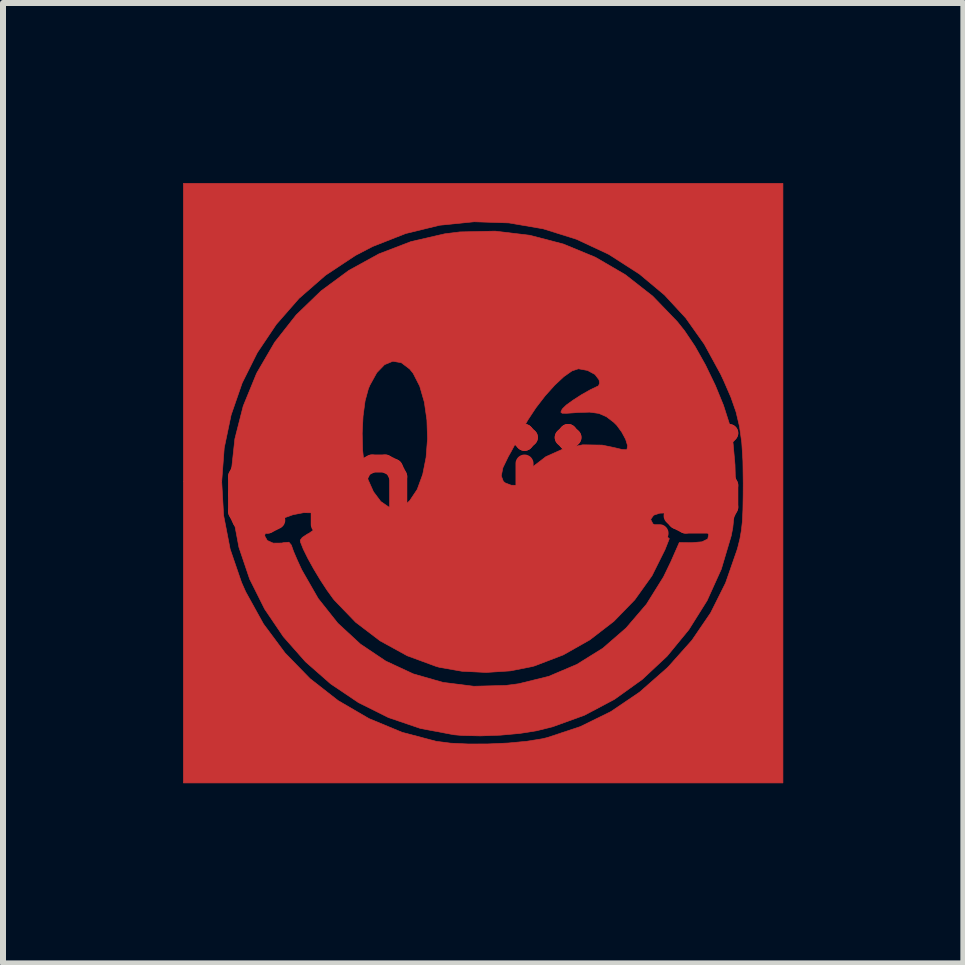
<source format=kicad_pcb>
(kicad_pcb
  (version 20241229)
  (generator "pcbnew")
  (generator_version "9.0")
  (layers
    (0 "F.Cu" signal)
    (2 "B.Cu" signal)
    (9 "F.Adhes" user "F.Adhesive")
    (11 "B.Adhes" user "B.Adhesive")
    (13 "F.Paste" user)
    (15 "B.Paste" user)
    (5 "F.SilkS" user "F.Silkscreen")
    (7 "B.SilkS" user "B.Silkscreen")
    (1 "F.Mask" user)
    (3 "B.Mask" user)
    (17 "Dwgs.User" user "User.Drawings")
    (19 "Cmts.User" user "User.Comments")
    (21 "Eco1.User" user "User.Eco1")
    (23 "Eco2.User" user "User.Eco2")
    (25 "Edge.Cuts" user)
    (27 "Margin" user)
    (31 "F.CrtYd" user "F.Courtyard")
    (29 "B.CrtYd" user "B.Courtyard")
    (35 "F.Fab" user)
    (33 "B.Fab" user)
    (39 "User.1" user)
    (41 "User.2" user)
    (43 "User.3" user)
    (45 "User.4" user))
  (footprint "emoji_3"
    (layer "F.Cu")
    (at 5 5)
    (property "Reference" "emoji_3" (at 0 0 0) (layer "F.Cu") (effects (font (size 1.524 1.524) (thickness 0.3))))
    (attr through_hole)
    (fp_poly (pts (xy 4.995 4.995) (xy -4.995 4.995) (xy -4.995 -0.026) (xy -4.356 -0.026) (xy -4.324 0.539) (xy -4.215 1.101) (xy -4.026 1.653) (xy -3.956 1.811) (xy -3.66 2.346) (xy -3.3 2.83) (xy -2.884 3.257) (xy -2.416 3.623) (xy -1.903 3.922) (xy -1.351 4.151) (xy -0.783 4.301) (xy -0.543 4.332) (xy -0.246 4.346) (xy 0.081 4.345) (xy 0.413 4.33) (xy 0.723 4.301) (xy 0.985 4.259) (xy 1.068 4.239) (xy 1.619 4.056) (xy 2.128 3.806) (xy 2.605 3.483) (xy 3.059 3.084) (xy 3.092 3.051) (xy 3.479 2.617) (xy 3.791 2.159) (xy 4.039 1.663) (xy 4.23 1.113) (xy 4.244 1.065) (xy 4.278 0.927) (xy 4.302 0.791) (xy 4.319 0.637) (xy 4.328 0.447) (xy 4.332 0.203) (xy 4.333 0) (xy 4.328 -0.369) (xy 4.309 -0.675) (xy 4.272 -0.94) (xy 4.214 -1.185) (xy 4.128 -1.431) (xy 4.011 -1.7) (xy 3.959 -1.812) (xy 3.684 -2.316) (xy 3.375 -2.752) (xy 3.02 -3.136) (xy 2.606 -3.482) (xy 2.605 -3.483) (xy 2.095 -3.811) (xy 1.557 -4.063) (xy 0.999 -4.238) (xy 0.428 -4.336) (xy -0.149 -4.355) (xy -0.725 -4.297) (xy -1.291 -4.159) (xy -1.841 -3.943) (xy -2.129 -3.793) (xy -2.627 -3.463) (xy -3.067 -3.079) (xy -3.446 -2.646) (xy -3.763 -2.174) (xy -4.015 -1.669) (xy -4.199 -1.137) (xy -4.314 -0.587) (xy -4.356 -0.026) (xy -4.995 -0.026) (xy -4.995 -4.995) (xy 4.995 -4.995) (xy 4.995 4.995)) (stroke (width 0.01) (type solid)) (fill yes) (layer "F.Cu"))
    (fp_poly (pts (xy 0.778 -4.13) (xy 1.337 -3.984) (xy 1.87 -3.764) (xy 2.369 -3.473) (xy 2.825 -3.116) (xy 3.232 -2.694) (xy 3.355 -2.54) (xy 3.529 -2.281) (xy 3.705 -1.968) (xy 3.868 -1.63) (xy 4.005 -1.295) (xy 4.102 -0.992) (xy 4.112 -0.953) (xy 4.165 -0.655) (xy 4.196 -0.308) (xy 4.206 0.061) (xy 4.193 0.421) (xy 4.159 0.744) (xy 4.133 0.878) (xy 3.968 1.433) (xy 3.731 1.957) (xy 3.427 2.442) (xy 3.065 2.883) (xy 2.65 3.271) (xy 2.188 3.602) (xy 1.688 3.867) (xy 1.155 4.06) (xy 0.889 4.126) (xy 0.61 4.17) (xy 0.287 4.199) (xy -0.046 4.211) (xy -0.351 4.204) (xy -0.487 4.192) (xy -1.045 4.087) (xy -1.577 3.906) (xy -2.078 3.656) (xy -2.541 3.344) (xy -2.96 2.976) (xy -3.329 2.558) (xy -3.641 2.097) (xy -3.89 1.599) (xy -4.069 1.07) (xy -4.105 0.878) (xy -3.64 0.878) (xy -3.597 0.955) (xy -3.499 0.999) (xy -3.356 0.998) (xy -3.321 0.99) (xy -3.236 0.984) (xy -3.195 1.033) (xy -3.188 1.055) (xy -3.159 1.137) (xy -3.103 1.268) (xy -3.032 1.423) (xy -3.019 1.45) (xy -2.749 1.921) (xy -2.422 2.333) (xy -2.044 2.682) (xy -1.622 2.965) (xy -1.163 3.178) (xy -0.671 3.319) (xy -0.156 3.384) (xy 0.379 3.37) (xy 0.593 3.342) (xy 1.092 3.219) (xy 1.561 3.02) (xy 1.993 2.751) (xy 2.381 2.414) (xy 2.721 2.017) (xy 3.005 1.562) (xy 3.127 1.309) (xy 3.268 0.989) (xy 3.473 0.992) (xy 3.646 0.977) (xy 3.742 0.93) (xy 3.758 0.856) (xy 3.696 0.758) (xy 3.561 0.649) (xy 3.413 0.571) (xy 3.249 0.52) (xy 3.086 0.496) (xy 2.944 0.5) (xy 2.841 0.534) (xy 2.795 0.598) (xy 2.794 0.61) (xy 2.825 0.671) (xy 2.902 0.757) (xy 2.948 0.798) (xy 3.102 0.925) (xy 3.03 1.108) (xy 2.813 1.543) (xy 2.526 1.944) (xy 2.177 2.303) (xy 1.776 2.612) (xy 1.334 2.862) (xy 0.859 3.044) (xy 0.817 3.056) (xy 0.453 3.128) (xy 0.051 3.154) (xy -0.353 3.134) (xy -0.727 3.069) (xy -0.781 3.054) (xy -1.265 2.876) (xy -1.718 2.627) (xy -2.125 2.317) (xy -2.474 1.955) (xy -2.499 1.925) (xy -2.601 1.784) (xy -2.713 1.613) (xy -2.823 1.43) (xy -2.921 1.253) (xy -2.997 1.099) (xy -3.041 0.988) (xy -3.048 0.951) (xy -3.013 0.904) (xy -2.928 0.848) (xy -2.903 0.836) (xy -2.79 0.756) (xy -2.727 0.661) (xy -2.726 0.571) (xy -2.749 0.536) (xy -2.845 0.494) (xy -2.992 0.492) (xy -3.168 0.526) (xy -3.351 0.592) (xy -3.52 0.685) (xy -3.524 0.688) (xy -3.619 0.784) (xy -3.64 0.878) (xy -4.105 0.878) (xy -4.173 0.518) (xy -4.182 0.421) (xy -4.198 -0.173) (xy -4.137 -0.738) (xy -4.113 -0.833) (xy -2.015 -0.833) (xy -2.008 -0.548) (xy -1.98 -0.29) (xy -1.932 -0.091) (xy -1.828 0.142) (xy -1.705 0.306) (xy -1.571 0.398) (xy -1.43 0.415) (xy -1.29 0.352) (xy -1.224 0.292) (xy -1.099 0.105) (xy -1.016 -0.121) (xy 0.302 -0.121) (xy 0.337 -0.029) (xy 0.37 -0.003) (xy 0.467 0.034) (xy 0.551 0.036) (xy 0.592 0.004) (xy 0.593 -0.002) (xy 0.621 -0.052) (xy 0.694 -0.142) (xy 0.796 -0.25) (xy 1.046 -0.442) (xy 1.34 -0.573) (xy 1.659 -0.639) (xy 1.984 -0.634) (xy 2.198 -0.589) (xy 2.31 -0.562) (xy 2.384 -0.557) (xy 2.396 -0.562) (xy 2.406 -0.626) (xy 2.374 -0.73) (xy 2.309 -0.851) (xy 2.226 -0.964) (xy 2.177 -1.013) (xy 2.052 -1.108) (xy 1.927 -1.162) (xy 1.775 -1.183) (xy 1.57 -1.177) (xy 1.539 -1.174) (xy 1.393 -1.164) (xy 1.316 -1.165) (xy 1.294 -1.183) (xy 1.311 -1.222) (xy 1.325 -1.243) (xy 1.386 -1.302) (xy 1.498 -1.383) (xy 1.638 -1.473) (xy 1.781 -1.554) (xy 1.903 -1.613) (xy 1.921 -1.62) (xy 1.94 -1.665) (xy 1.931 -1.721) (xy 1.863 -1.811) (xy 1.739 -1.878) (xy 1.59 -1.905) (xy 1.586 -1.905) (xy 1.48 -1.87) (xy 1.345 -1.775) (xy 1.192 -1.632) (xy 1.032 -1.454) (xy 0.878 -1.254) (xy 0.74 -1.045) (xy 0.65 -0.879) (xy 0.562 -0.705) (xy 0.463 -0.52) (xy 0.42 -0.445) (xy 0.329 -0.257) (xy 0.302 -0.121) (xy -1.016 -0.121) (xy -1.008 -0.141) (xy -0.951 -0.428) (xy -0.927 -0.738) (xy -0.937 -1.051) (xy -0.98 -1.35) (xy -1.057 -1.616) (xy -1.167 -1.831) (xy -1.224 -1.901) (xy -1.364 -2.007) (xy -1.505 -2.031) (xy -1.643 -1.974) (xy -1.772 -1.84) (xy -1.888 -1.63) (xy -1.912 -1.573) (xy -1.967 -1.372) (xy -2.001 -1.116) (xy -2.015 -0.833) (xy -4.113 -0.833) (xy -3.998 -1.284) (xy -3.778 -1.822) (xy -3.767 -1.844) (xy -3.473 -2.348) (xy -3.115 -2.803) (xy -2.701 -3.203) (xy -2.239 -3.544) (xy -1.737 -3.82) (xy -1.202 -4.025) (xy -0.642 -4.154) (xy -0.388 -4.186) (xy 0.2 -4.199) (xy 0.778 -4.13)) (stroke (width 0.01) (type solid)) (fill yes) (layer "F.Cu")))
  (gr_rect
    (start -3 -3)
    (end 13.001 13.001)
    (stroke (width 0.1) (type default))
    (fill no)
    (layer "Edge.Cuts")))
</source>
